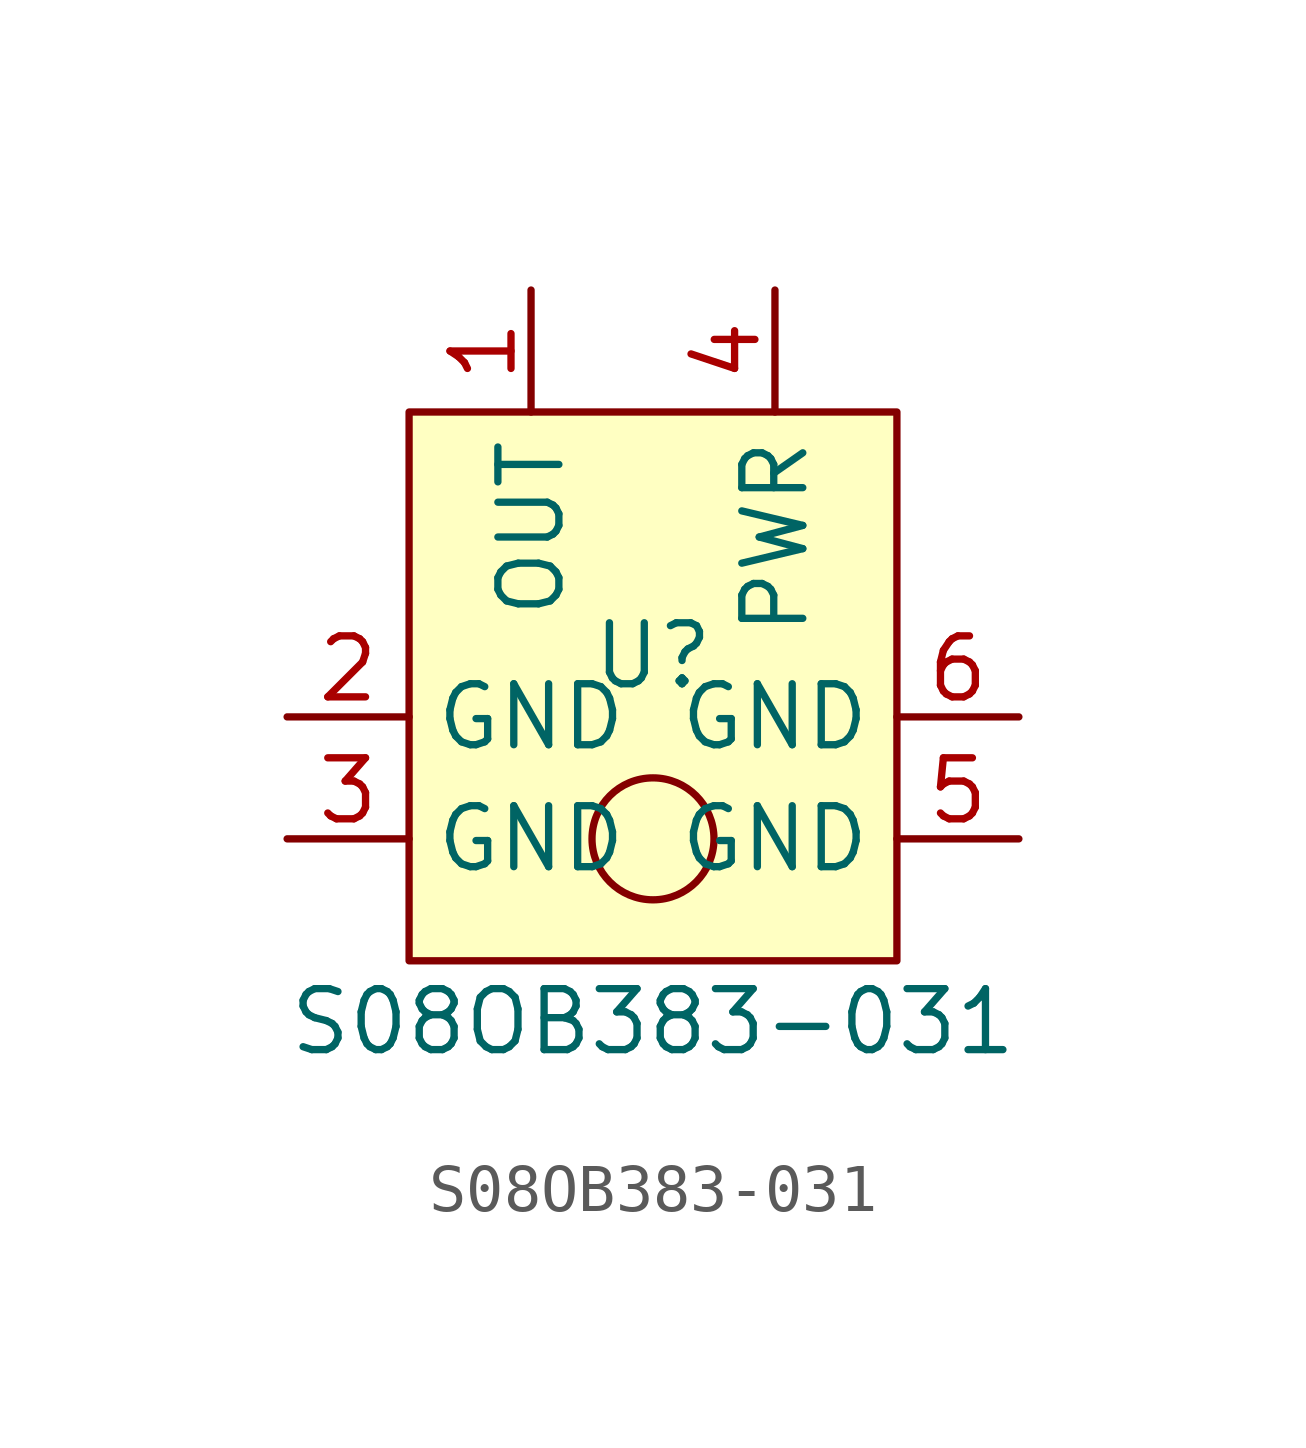
<source format=kicad_sym>
(kicad_symbol_lib
  (version 20211014)
  (generator kicad_symbol_editor)
  (symbol "S08OB383-031"
    (property "Reference" "U"
      (at 0 -1.27 0)
      (effects (font (size 1.27 1.27))))
    (property "Value" "S08OB383-031"
      (at 0 -8.89 0)
      (effects (font (size 1.27 1.27))))
    (symbol "S08OB383-031_0_1"
      (rectangle (start -5.08 3.81) (end 5.08 -7.62) (stroke (width 0.152) (type default) (color 0 0 0 0)) (fill (type background)))
      (circle (center 0 -5.08) (radius 1.27) (stroke (width 0.152) (type default) (color 0 0 0 0)) (fill (type none))))
    (symbol "S08OB383-031_1_1"
      (pin bidirectional line (at -2.54 6.35 270) (length 2.54) (name "OUT" (effects (font (size 1.27 1.27)))) (number "1" (effects (font (size 1.27 1.27)))))
      (pin bidirectional line (at -7.62 -2.54 0) (length 2.54) (name "GND" (effects (font (size 1.27 1.27)))) (number "2" (effects (font (size 1.27 1.27)))))
      (pin bidirectional line (at -7.62 -5.08 0) (length 2.54) (name "GND" (effects (font (size 1.27 1.27)))) (number "3" (effects (font (size 1.27 1.27)))))
      (pin bidirectional line (at 2.54 6.35 270) (length 2.54) (name "PWR" (effects (font (size 1.27 1.27)))) (number "4" (effects (font (size 1.27 1.27)))))
      (pin bidirectional line (at 7.62 -5.08 180) (length 2.54) (name "GND" (effects (font (size 1.27 1.27)))) (number "5" (effects (font (size 1.27 1.27)))))
      (pin bidirectional line (at 7.62 -2.54 180) (length 2.54) (name "GND" (effects (font (size 1.27 1.27)))) (number "6" (effects (font (size 1.27 1.27))))))))
</source>
